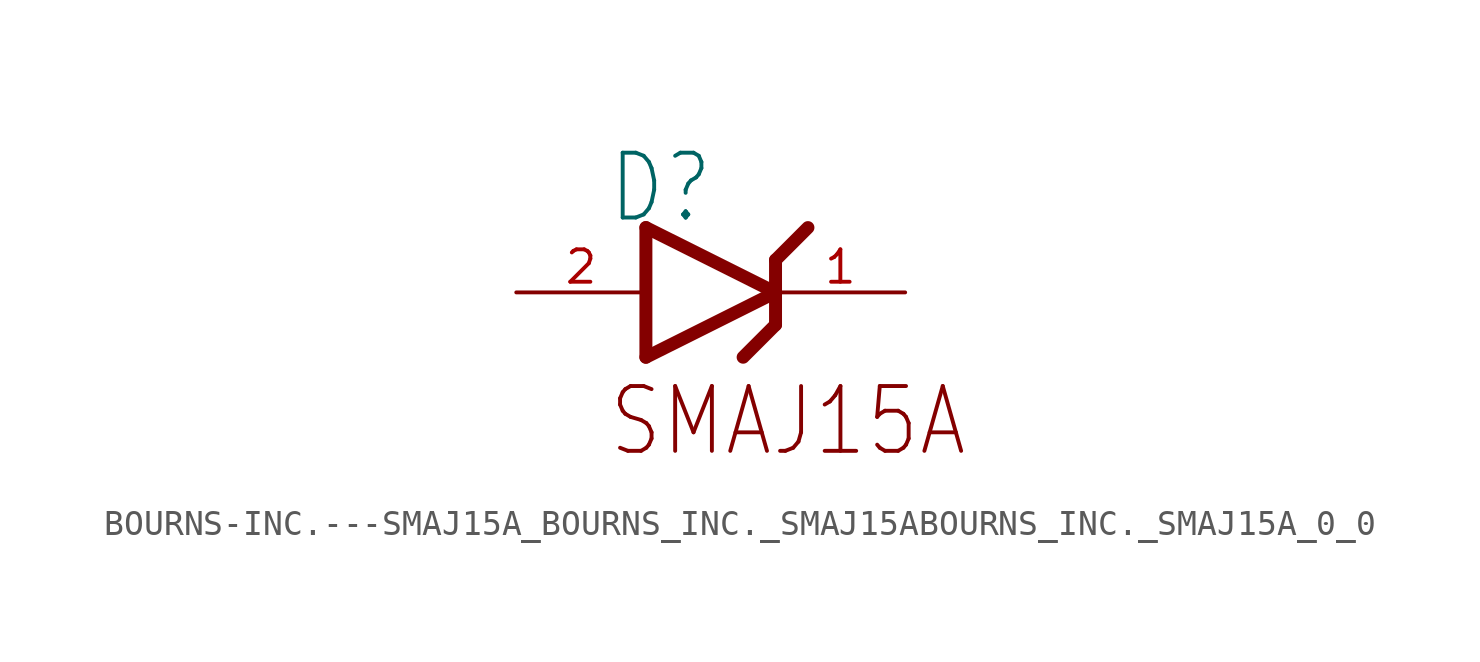
<source format=kicad_sym>
(kicad_symbol_lib
  (version 20231120)
  (generator "kicad_symbol_editor")
  (generator_version "8.0")
  (symbol "BOURNS-INC.---SMAJ15A_BOURNS_INC._SMAJ15ABOURNS_INC._SMAJ15A_0_0"
    (property "Reference" "D"
      (at 1.016 0.508 0)
      (effects (font (size 2.54 2.159)) (justify left top)))
    (property "ki_locked" ""
      (at 0 0 0)
      (effects (font (size 1.27 1.27))))
    (symbol "BOURNS-INC.---SMAJ15A_BOURNS_INC._SMAJ15ABOURNS_INC._SMAJ15A_0_0_1_0"
      (polyline (pts (xy 2.54 -7.62) (xy 7.62 -5.08)) (stroke (width 0.508) (type solid)) (fill (type none)))
      (polyline (pts (xy 2.54 -2.54) (xy 2.54 -7.62)) (stroke (width 0.508) (type solid)) (fill (type none)))
      (polyline (pts (xy 2.54 -2.54) (xy 7.62 -5.08)) (stroke (width 0.508) (type solid)) (fill (type none)))
      (polyline (pts (xy 7.62 -6.35) (xy 6.35 -7.62)) (stroke (width 0.508) (type solid)) (fill (type none)))
      (polyline (pts (xy 7.62 -5.08) (xy 7.62 -6.35)) (stroke (width 0.508) (type solid)) (fill (type none)))
      (polyline (pts (xy 7.62 -3.81) (xy 7.62 -5.08)) (stroke (width 0.508) (type solid)) (fill (type none)))
      (polyline (pts (xy 7.62 -3.81) (xy 8.89 -2.54)) (stroke (width 0.508) (type solid)) (fill (type none)))
      (text "SMAJ15A" (at 1.016 -8.636 0) (effects (font (size 2.54 2.159)) (justify left top)))
      (pin passive line (at 12.7 -5.08 180) (length 5.08) (name "CATHODE" (effects (font (size 0 0)))) (number "1" (effects (font (size 1.27 1.27)))))
      (pin passive line (at -2.54 -5.08 0) (length 5.08) (name "ANODE" (effects (font (size 0 0)))) (number "2" (effects (font (size 1.27 1.27))))))))
</source>
